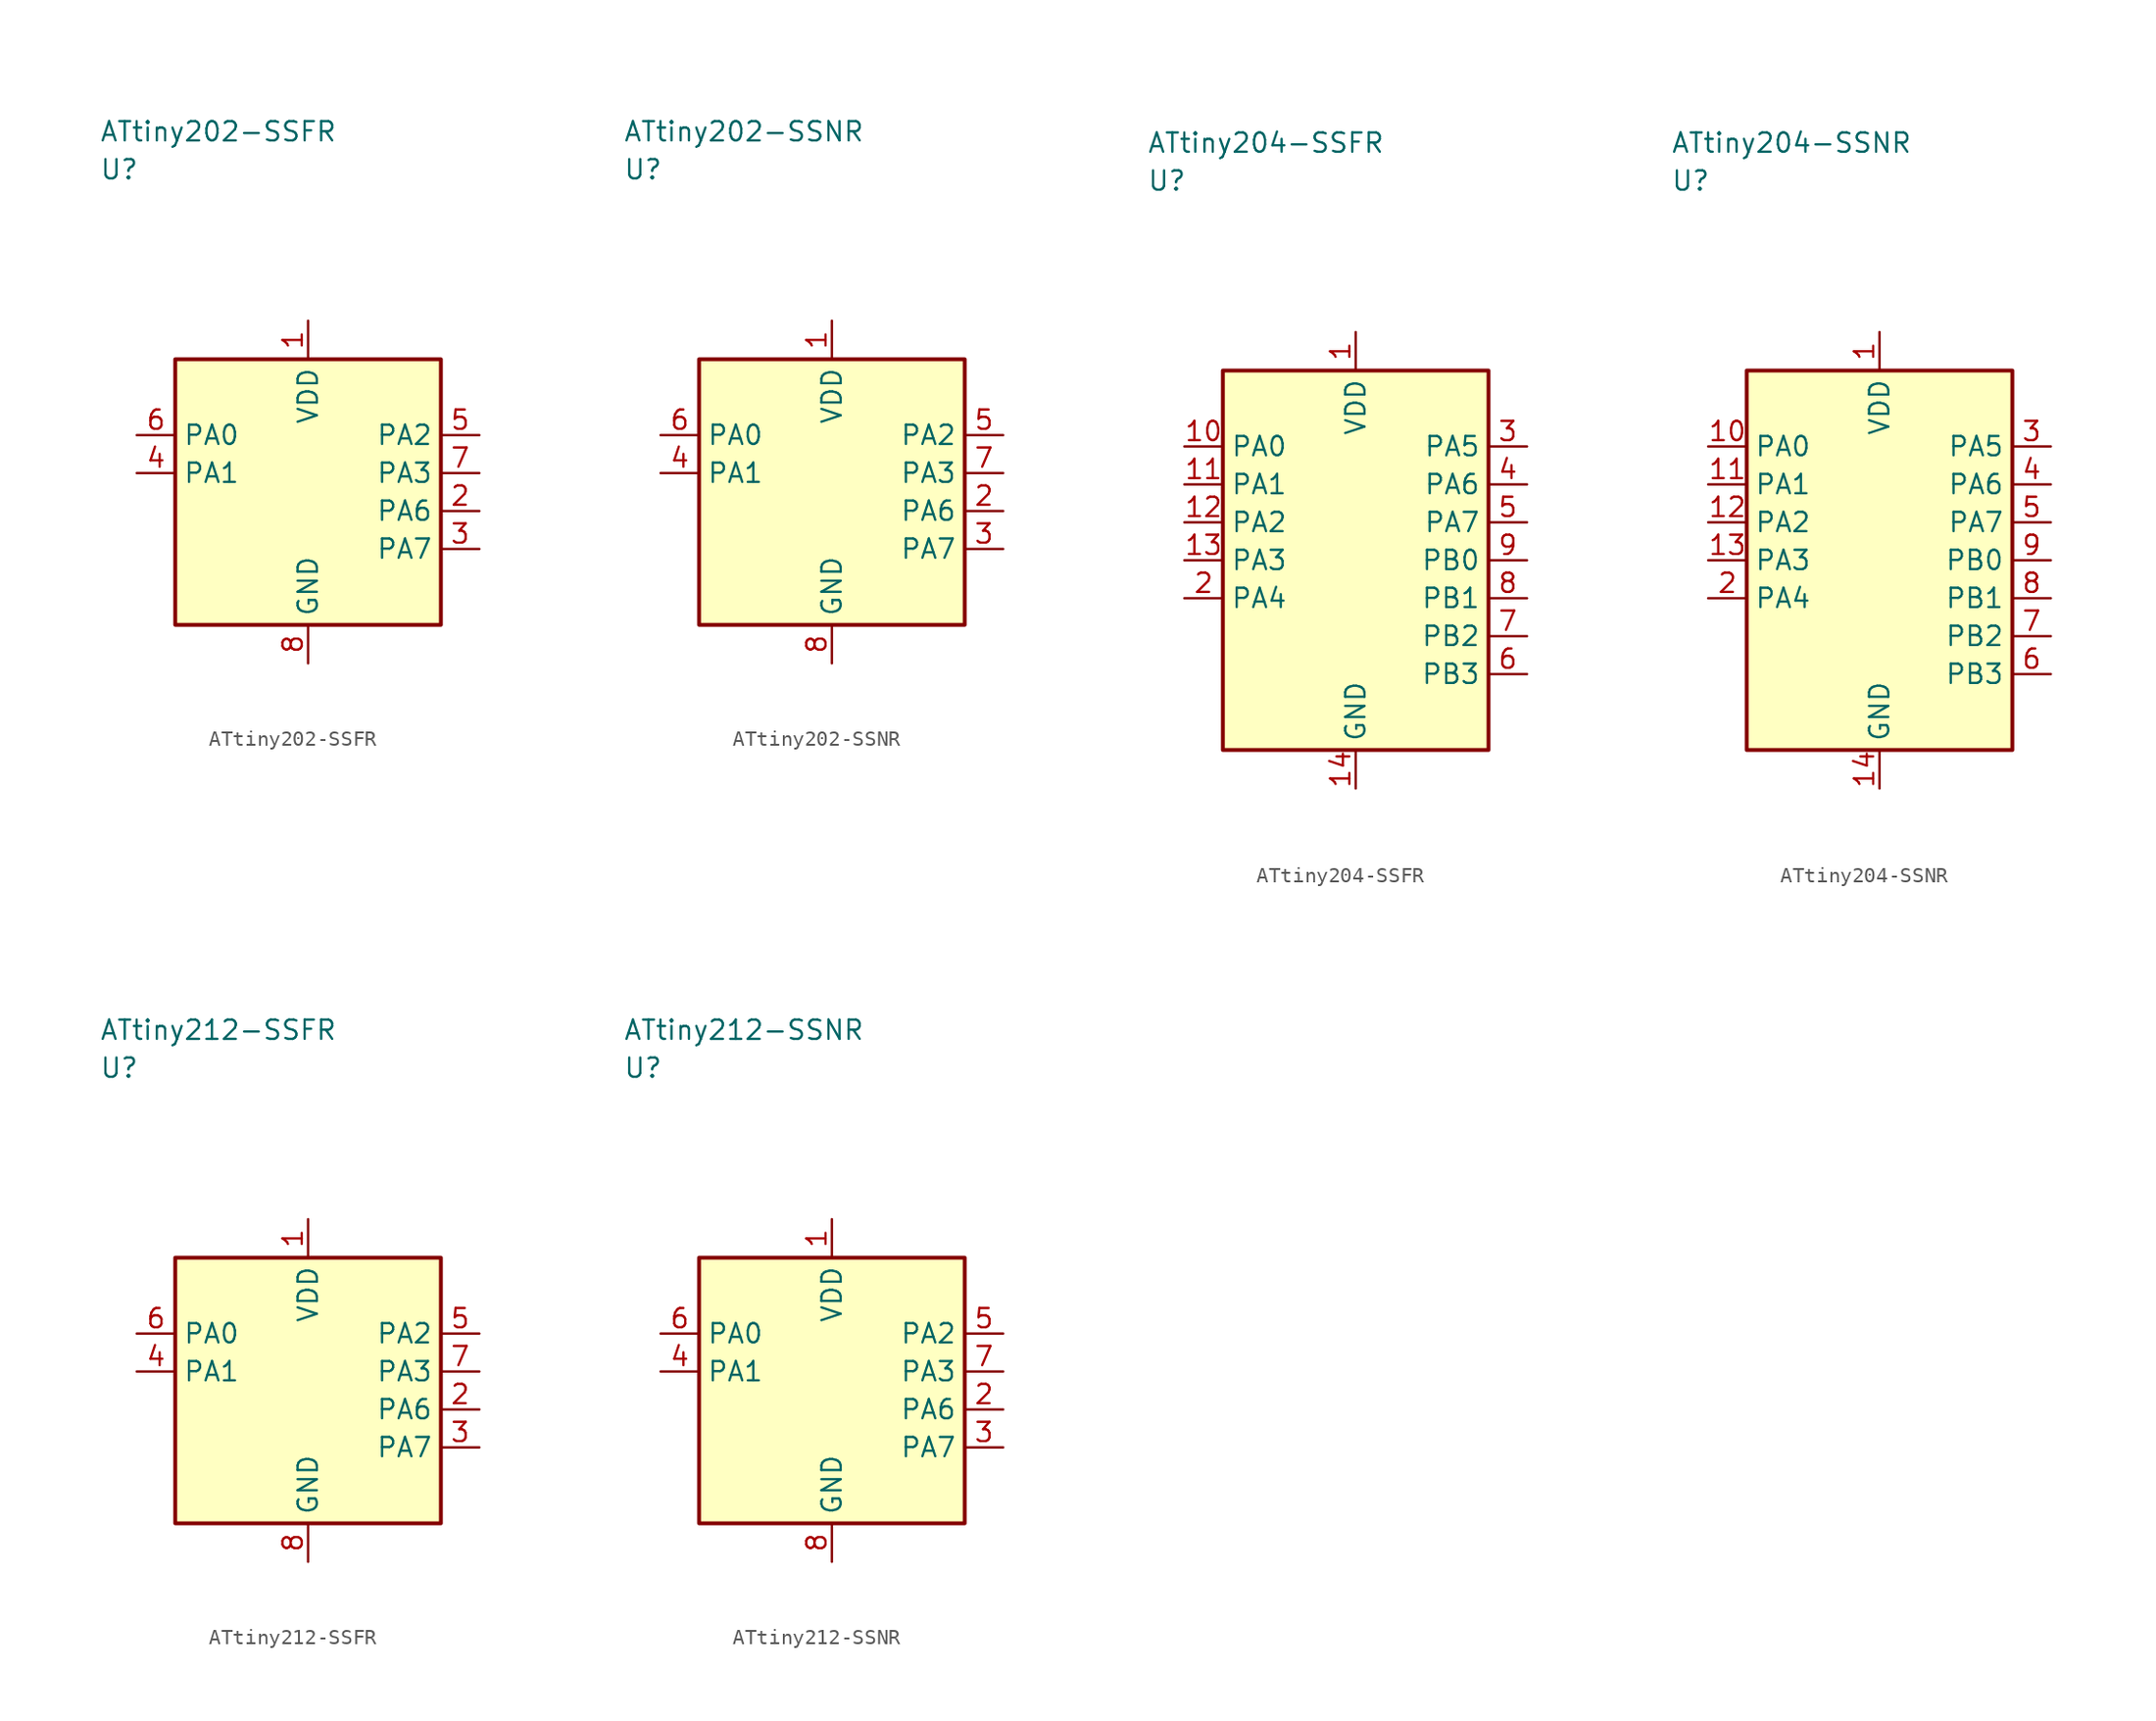
<source format=kicad_sym>
(kicad_symbol_lib
  (version 20241025)
  (generator "kicad_symbol_editor")
  (generator_version "8.0")
  (symbol "ATtiny202-SSFR"
    (property "Reference" "U"
      (at -13.75 21.25 0)
      (effects (font (size 1.27 1.27)) (justify left)))
    (property "Value" "ATtiny202-SSFR"
      (at -13.75 23.75 0)
      (effects (font (size 1.27 1.27)) (justify left)))
    (symbol "ATtiny202-SSFR_0_1"
      (rectangle (start -8.75 8.75) (end 8.75 -8.75) (stroke (width 0.254) (type default)) (fill (type background))))
    (symbol "ATtiny202-SSFR_1_1"
      (pin power_in line (at 0.0 11.29 270.0) (length 2.54) (name "VDD" (effects (font (size 1.27 1.27)))) (number "1" (effects (font (size 1.27 1.27)))))
      (pin bidirectional line (at 11.29 -1.25 180.0) (length 2.54) (name "PA6" (effects (font (size 1.27 1.27)))) (number "2" (effects (font (size 1.27 1.27)))))
      (pin bidirectional line (at 11.29 -3.75 180.0) (length 2.54) (name "PA7" (effects (font (size 1.27 1.27)))) (number "3" (effects (font (size 1.27 1.27)))))
      (pin bidirectional line (at -11.29 1.25 0.0) (length 2.54) (name "PA1" (effects (font (size 1.27 1.27)))) (number "4" (effects (font (size 1.27 1.27)))))
      (pin bidirectional line (at 11.29 3.75 180.0) (length 2.54) (name "PA2" (effects (font (size 1.27 1.27)))) (number "5" (effects (font (size 1.27 1.27)))))
      (pin bidirectional line (at -11.29 3.75 0.0) (length 2.54) (name "PA0" (effects (font (size 1.27 1.27)))) (number "6" (effects (font (size 1.27 1.27)))))
      (pin bidirectional line (at 11.29 1.25 180.0) (length 2.54) (name "PA3" (effects (font (size 1.27 1.27)))) (number "7" (effects (font (size 1.27 1.27)))))
      (pin passive line (at 0.0 -11.29 90.0) (length 2.54) (name "GND" (effects (font (size 1.27 1.27)))) (number "8" (effects (font (size 1.27 1.27)))))))
  (symbol "ATtiny202-SSNR"
    (property "Reference" "U"
      (at -13.75 21.25 0)
      (effects (font (size 1.27 1.27)) (justify left)))
    (property "Value" "ATtiny202-SSNR"
      (at -13.75 23.75 0)
      (effects (font (size 1.27 1.27)) (justify left)))
    (symbol "ATtiny202-SSNR_0_1"
      (rectangle (start -8.75 8.75) (end 8.75 -8.75) (stroke (width 0.254) (type default)) (fill (type background))))
    (symbol "ATtiny202-SSNR_1_1"
      (pin power_in line (at 0.0 11.29 270.0) (length 2.54) (name "VDD" (effects (font (size 1.27 1.27)))) (number "1" (effects (font (size 1.27 1.27)))))
      (pin bidirectional line (at 11.29 -1.25 180.0) (length 2.54) (name "PA6" (effects (font (size 1.27 1.27)))) (number "2" (effects (font (size 1.27 1.27)))))
      (pin bidirectional line (at 11.29 -3.75 180.0) (length 2.54) (name "PA7" (effects (font (size 1.27 1.27)))) (number "3" (effects (font (size 1.27 1.27)))))
      (pin bidirectional line (at -11.29 1.25 0.0) (length 2.54) (name "PA1" (effects (font (size 1.27 1.27)))) (number "4" (effects (font (size 1.27 1.27)))))
      (pin bidirectional line (at 11.29 3.75 180.0) (length 2.54) (name "PA2" (effects (font (size 1.27 1.27)))) (number "5" (effects (font (size 1.27 1.27)))))
      (pin bidirectional line (at -11.29 3.75 0.0) (length 2.54) (name "PA0" (effects (font (size 1.27 1.27)))) (number "6" (effects (font (size 1.27 1.27)))))
      (pin bidirectional line (at 11.29 1.25 180.0) (length 2.54) (name "PA3" (effects (font (size 1.27 1.27)))) (number "7" (effects (font (size 1.27 1.27)))))
      (pin passive line (at 0.0 -11.29 90.0) (length 2.54) (name "GND" (effects (font (size 1.27 1.27)))) (number "8" (effects (font (size 1.27 1.27)))))))
  (symbol "ATtiny204-SSFR"
    (property "Reference" "U"
      (at -13.75 25.0 0)
      (effects (font (size 1.27 1.27)) (justify left)))
    (property "Value" "ATtiny204-SSFR"
      (at -13.75 27.5 0)
      (effects (font (size 1.27 1.27)) (justify left)))
    (symbol "ATtiny204-SSFR_0_1"
      (rectangle (start -8.75 12.5) (end 8.75 -12.5) (stroke (width 0.254) (type default)) (fill (type background))))
    (symbol "ATtiny204-SSFR_1_1"
      (pin power_in line (at 0.0 15.04 270.0) (length 2.54) (name "VDD" (effects (font (size 1.27 1.27)))) (number "1" (effects (font (size 1.27 1.27)))))
      (pin bidirectional line (at -11.29 -2.5 0.0) (length 2.54) (name "PA4" (effects (font (size 1.27 1.27)))) (number "2" (effects (font (size 1.27 1.27)))))
      (pin bidirectional line (at 11.29 7.5 180.0) (length 2.54) (name "PA5" (effects (font (size 1.27 1.27)))) (number "3" (effects (font (size 1.27 1.27)))))
      (pin bidirectional line (at 11.29 5.0 180.0) (length 2.54) (name "PA6" (effects (font (size 1.27 1.27)))) (number "4" (effects (font (size 1.27 1.27)))))
      (pin bidirectional line (at 11.29 2.5 180.0) (length 2.54) (name "PA7" (effects (font (size 1.27 1.27)))) (number "5" (effects (font (size 1.27 1.27)))))
      (pin bidirectional line (at 11.29 -7.5 180.0) (length 2.54) (name "PB3" (effects (font (size 1.27 1.27)))) (number "6" (effects (font (size 1.27 1.27)))))
      (pin bidirectional line (at 11.29 -5.0 180.0) (length 2.54) (name "PB2" (effects (font (size 1.27 1.27)))) (number "7" (effects (font (size 1.27 1.27)))))
      (pin bidirectional line (at 11.29 -2.5 180.0) (length 2.54) (name "PB1" (effects (font (size 1.27 1.27)))) (number "8" (effects (font (size 1.27 1.27)))))
      (pin bidirectional line (at 11.29 0.0 180.0) (length 2.54) (name "PB0" (effects (font (size 1.27 1.27)))) (number "9" (effects (font (size 1.27 1.27)))))
      (pin bidirectional line (at -11.29 7.5 0.0) (length 2.54) (name "PA0" (effects (font (size 1.27 1.27)))) (number "10" (effects (font (size 1.27 1.27)))))
      (pin bidirectional line (at -11.29 5.0 0.0) (length 2.54) (name "PA1" (effects (font (size 1.27 1.27)))) (number "11" (effects (font (size 1.27 1.27)))))
      (pin bidirectional line (at -11.29 2.5 0.0) (length 2.54) (name "PA2" (effects (font (size 1.27 1.27)))) (number "12" (effects (font (size 1.27 1.27)))))
      (pin bidirectional line (at -11.29 0.0 0.0) (length 2.54) (name "PA3" (effects (font (size 1.27 1.27)))) (number "13" (effects (font (size 1.27 1.27)))))
      (pin passive line (at 0.0 -15.04 90.0) (length 2.54) (name "GND" (effects (font (size 1.27 1.27)))) (number "14" (effects (font (size 1.27 1.27)))))))
  (symbol "ATtiny204-SSNR"
    (property "Reference" "U"
      (at -13.75 25.0 0)
      (effects (font (size 1.27 1.27)) (justify left)))
    (property "Value" "ATtiny204-SSNR"
      (at -13.75 27.5 0)
      (effects (font (size 1.27 1.27)) (justify left)))
    (symbol "ATtiny204-SSNR_0_1"
      (rectangle (start -8.75 12.5) (end 8.75 -12.5) (stroke (width 0.254) (type default)) (fill (type background))))
    (symbol "ATtiny204-SSNR_1_1"
      (pin power_in line (at 0.0 15.04 270.0) (length 2.54) (name "VDD" (effects (font (size 1.27 1.27)))) (number "1" (effects (font (size 1.27 1.27)))))
      (pin bidirectional line (at -11.29 -2.5 0.0) (length 2.54) (name "PA4" (effects (font (size 1.27 1.27)))) (number "2" (effects (font (size 1.27 1.27)))))
      (pin bidirectional line (at 11.29 7.5 180.0) (length 2.54) (name "PA5" (effects (font (size 1.27 1.27)))) (number "3" (effects (font (size 1.27 1.27)))))
      (pin bidirectional line (at 11.29 5.0 180.0) (length 2.54) (name "PA6" (effects (font (size 1.27 1.27)))) (number "4" (effects (font (size 1.27 1.27)))))
      (pin bidirectional line (at 11.29 2.5 180.0) (length 2.54) (name "PA7" (effects (font (size 1.27 1.27)))) (number "5" (effects (font (size 1.27 1.27)))))
      (pin bidirectional line (at 11.29 -7.5 180.0) (length 2.54) (name "PB3" (effects (font (size 1.27 1.27)))) (number "6" (effects (font (size 1.27 1.27)))))
      (pin bidirectional line (at 11.29 -5.0 180.0) (length 2.54) (name "PB2" (effects (font (size 1.27 1.27)))) (number "7" (effects (font (size 1.27 1.27)))))
      (pin bidirectional line (at 11.29 -2.5 180.0) (length 2.54) (name "PB1" (effects (font (size 1.27 1.27)))) (number "8" (effects (font (size 1.27 1.27)))))
      (pin bidirectional line (at 11.29 0.0 180.0) (length 2.54) (name "PB0" (effects (font (size 1.27 1.27)))) (number "9" (effects (font (size 1.27 1.27)))))
      (pin bidirectional line (at -11.29 7.5 0.0) (length 2.54) (name "PA0" (effects (font (size 1.27 1.27)))) (number "10" (effects (font (size 1.27 1.27)))))
      (pin bidirectional line (at -11.29 5.0 0.0) (length 2.54) (name "PA1" (effects (font (size 1.27 1.27)))) (number "11" (effects (font (size 1.27 1.27)))))
      (pin bidirectional line (at -11.29 2.5 0.0) (length 2.54) (name "PA2" (effects (font (size 1.27 1.27)))) (number "12" (effects (font (size 1.27 1.27)))))
      (pin bidirectional line (at -11.29 0.0 0.0) (length 2.54) (name "PA3" (effects (font (size 1.27 1.27)))) (number "13" (effects (font (size 1.27 1.27)))))
      (pin passive line (at 0.0 -15.04 90.0) (length 2.54) (name "GND" (effects (font (size 1.27 1.27)))) (number "14" (effects (font (size 1.27 1.27)))))))
  (symbol "ATtiny212-SSFR"
    (property "Reference" "U"
      (at -13.75 21.25 0)
      (effects (font (size 1.27 1.27)) (justify left)))
    (property "Value" "ATtiny212-SSFR"
      (at -13.75 23.75 0)
      (effects (font (size 1.27 1.27)) (justify left)))
    (symbol "ATtiny212-SSFR_0_1"
      (rectangle (start -8.75 8.75) (end 8.75 -8.75) (stroke (width 0.254) (type default)) (fill (type background))))
    (symbol "ATtiny212-SSFR_1_1"
      (pin power_in line (at 0.0 11.29 270.0) (length 2.54) (name "VDD" (effects (font (size 1.27 1.27)))) (number "1" (effects (font (size 1.27 1.27)))))
      (pin bidirectional line (at 11.29 -1.25 180.0) (length 2.54) (name "PA6" (effects (font (size 1.27 1.27)))) (number "2" (effects (font (size 1.27 1.27)))))
      (pin bidirectional line (at 11.29 -3.75 180.0) (length 2.54) (name "PA7" (effects (font (size 1.27 1.27)))) (number "3" (effects (font (size 1.27 1.27)))))
      (pin bidirectional line (at -11.29 1.25 0.0) (length 2.54) (name "PA1" (effects (font (size 1.27 1.27)))) (number "4" (effects (font (size 1.27 1.27)))))
      (pin bidirectional line (at 11.29 3.75 180.0) (length 2.54) (name "PA2" (effects (font (size 1.27 1.27)))) (number "5" (effects (font (size 1.27 1.27)))))
      (pin bidirectional line (at -11.29 3.75 0.0) (length 2.54) (name "PA0" (effects (font (size 1.27 1.27)))) (number "6" (effects (font (size 1.27 1.27)))))
      (pin bidirectional line (at 11.29 1.25 180.0) (length 2.54) (name "PA3" (effects (font (size 1.27 1.27)))) (number "7" (effects (font (size 1.27 1.27)))))
      (pin passive line (at 0.0 -11.29 90.0) (length 2.54) (name "GND" (effects (font (size 1.27 1.27)))) (number "8" (effects (font (size 1.27 1.27)))))))
  (symbol "ATtiny212-SSNR"
    (property "Reference" "U"
      (at -13.75 21.25 0)
      (effects (font (size 1.27 1.27)) (justify left)))
    (property "Value" "ATtiny212-SSNR"
      (at -13.75 23.75 0)
      (effects (font (size 1.27 1.27)) (justify left)))
    (symbol "ATtiny212-SSNR_0_1"
      (rectangle (start -8.75 8.75) (end 8.75 -8.75) (stroke (width 0.254) (type default)) (fill (type background))))
    (symbol "ATtiny212-SSNR_1_1"
      (pin power_in line (at 0.0 11.29 270.0) (length 2.54) (name "VDD" (effects (font (size 1.27 1.27)))) (number "1" (effects (font (size 1.27 1.27)))))
      (pin bidirectional line (at 11.29 -1.25 180.0) (length 2.54) (name "PA6" (effects (font (size 1.27 1.27)))) (number "2" (effects (font (size 1.27 1.27)))))
      (pin bidirectional line (at 11.29 -3.75 180.0) (length 2.54) (name "PA7" (effects (font (size 1.27 1.27)))) (number "3" (effects (font (size 1.27 1.27)))))
      (pin bidirectional line (at -11.29 1.25 0.0) (length 2.54) (name "PA1" (effects (font (size 1.27 1.27)))) (number "4" (effects (font (size 1.27 1.27)))))
      (pin bidirectional line (at 11.29 3.75 180.0) (length 2.54) (name "PA2" (effects (font (size 1.27 1.27)))) (number "5" (effects (font (size 1.27 1.27)))))
      (pin bidirectional line (at -11.29 3.75 0.0) (length 2.54) (name "PA0" (effects (font (size 1.27 1.27)))) (number "6" (effects (font (size 1.27 1.27)))))
      (pin bidirectional line (at 11.29 1.25 180.0) (length 2.54) (name "PA3" (effects (font (size 1.27 1.27)))) (number "7" (effects (font (size 1.27 1.27)))))
      (pin passive line (at 0.0 -11.29 90.0) (length 2.54) (name "GND" (effects (font (size 1.27 1.27)))) (number "8" (effects (font (size 1.27 1.27))))))))
</source>
